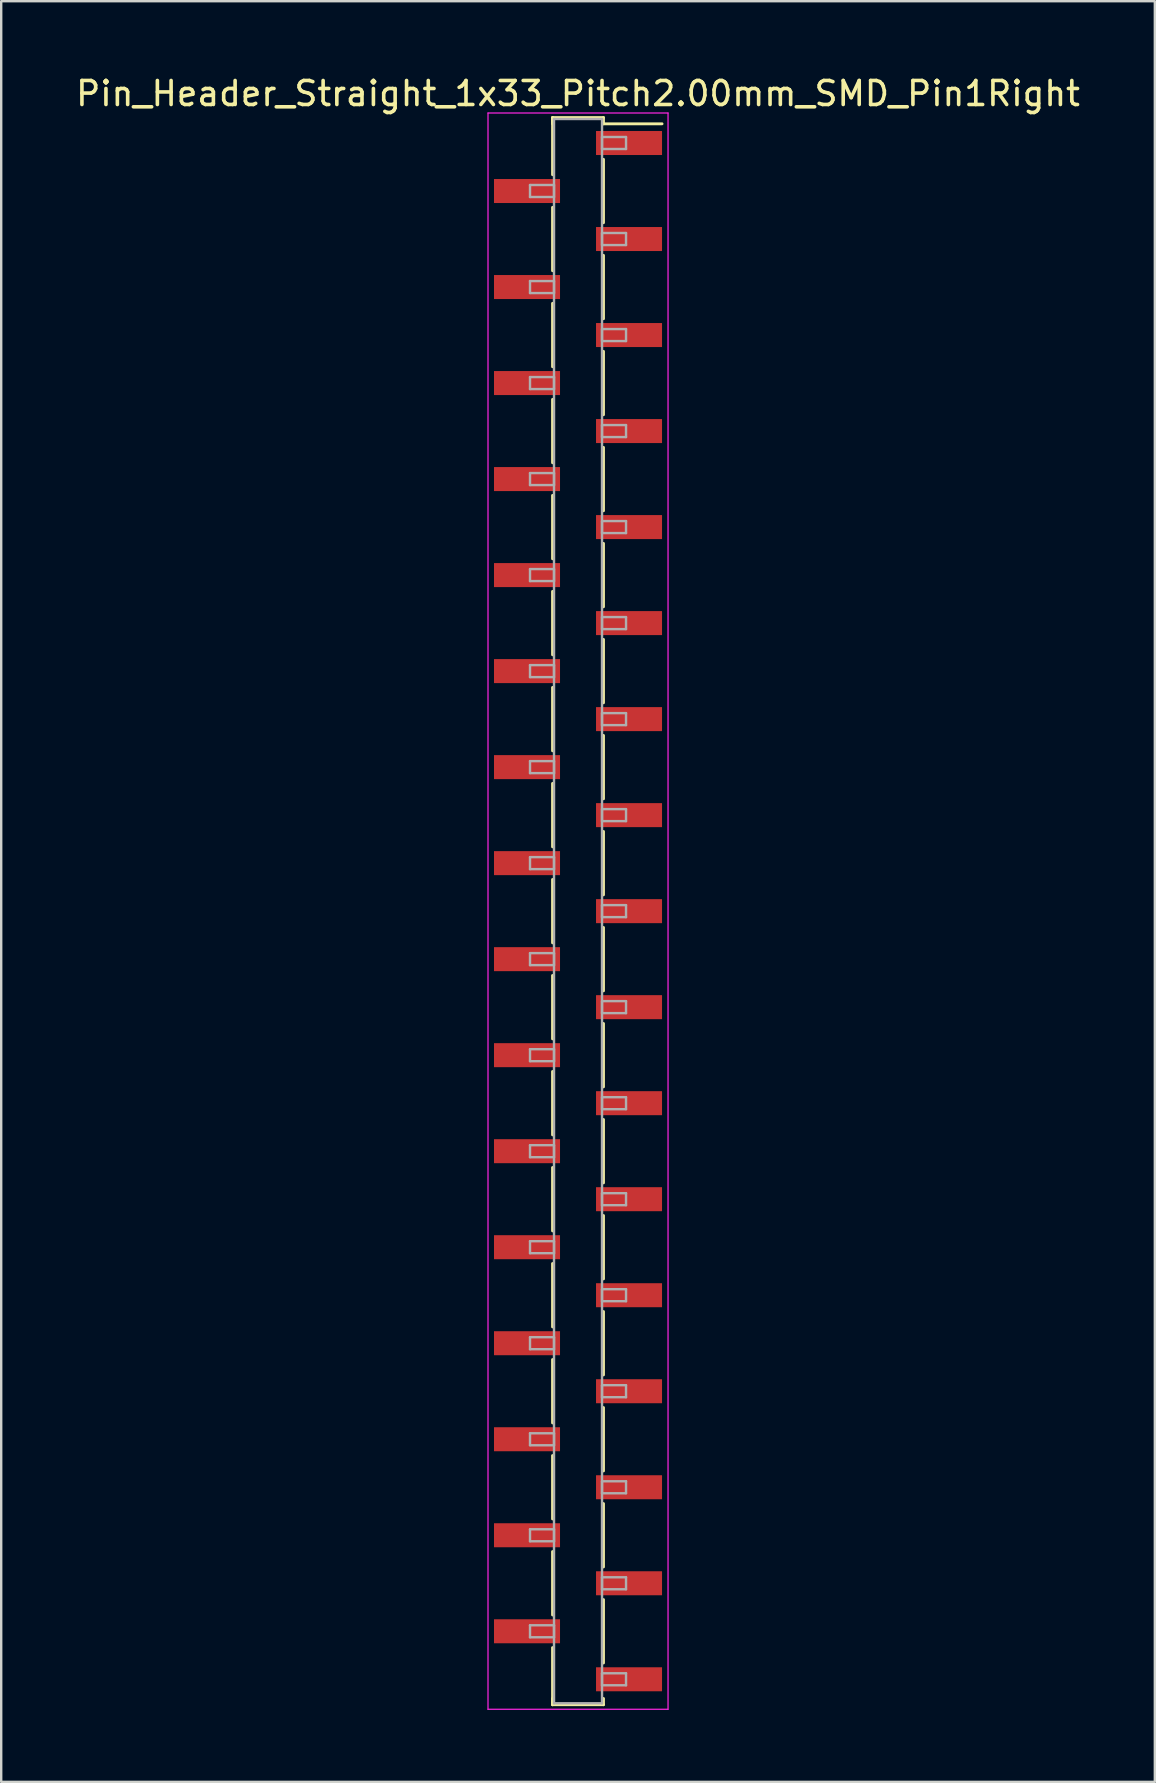
<source format=kicad_pcb>
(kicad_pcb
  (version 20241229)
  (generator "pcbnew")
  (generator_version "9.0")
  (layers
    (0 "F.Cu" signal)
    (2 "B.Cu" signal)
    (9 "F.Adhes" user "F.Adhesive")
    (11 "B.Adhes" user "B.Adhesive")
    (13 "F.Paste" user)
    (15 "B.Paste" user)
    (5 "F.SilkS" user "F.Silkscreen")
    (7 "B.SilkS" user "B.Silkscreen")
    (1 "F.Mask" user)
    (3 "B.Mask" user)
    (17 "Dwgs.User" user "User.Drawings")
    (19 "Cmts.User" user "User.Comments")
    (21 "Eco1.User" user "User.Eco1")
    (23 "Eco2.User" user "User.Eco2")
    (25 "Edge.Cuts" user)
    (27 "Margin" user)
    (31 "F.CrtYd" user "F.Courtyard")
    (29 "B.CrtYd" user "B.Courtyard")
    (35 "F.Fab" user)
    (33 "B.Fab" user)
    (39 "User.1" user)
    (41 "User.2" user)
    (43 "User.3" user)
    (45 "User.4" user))
  (footprint "Pin_Header_Straight_1x33_Pitch2.00mm_SMD_Pin1Right"
    (layer "F.Cu")
    (at 21.03 34.908)
    (property "Reference" "Pin_Header_Straight_1x33_Pitch2.00mm_SMD_Pin1Right" (at 0 -34.06 0) (layer "F.SilkS") (effects (font (size 1 1) (thickness 0.15))))
    (attr smd)
    (fp_line (start -1.06 -33.06) (end -1.06 -30.68) (stroke (width 0.12) (type solid)) (layer "F.SilkS"))
    (fp_line (start -1.06 -33.06) (end 1.06 -33.06) (stroke (width 0.12) (type solid)) (layer "F.SilkS"))
    (fp_line (start -1.06 -32.8) (end -1.06 -33.06) (stroke (width 0.12) (type solid)) (layer "F.SilkS"))
    (fp_line (start -1.06 -29.32) (end -1.06 -26.68) (stroke (width 0.12) (type solid)) (layer "F.SilkS"))
    (fp_line (start -1.06 -25.32) (end -1.06 -22.68) (stroke (width 0.12) (type solid)) (layer "F.SilkS"))
    (fp_line (start -1.06 -21.32) (end -1.06 -18.68) (stroke (width 0.12) (type solid)) (layer "F.SilkS"))
    (fp_line (start -1.06 -17.32) (end -1.06 -14.68) (stroke (width 0.12) (type solid)) (layer "F.SilkS"))
    (fp_line (start -1.06 -13.32) (end -1.06 -10.68) (stroke (width 0.12) (type solid)) (layer "F.SilkS"))
    (fp_line (start -1.06 -9.32) (end -1.06 -6.68) (stroke (width 0.12) (type solid)) (layer "F.SilkS"))
    (fp_line (start -1.06 -5.32) (end -1.06 -2.68) (stroke (width 0.12) (type solid)) (layer "F.SilkS"))
    (fp_line (start -1.06 -1.32) (end -1.06 1.32) (stroke (width 0.12) (type solid)) (layer "F.SilkS"))
    (fp_line (start -1.06 2.68) (end -1.06 5.32) (stroke (width 0.12) (type solid)) (layer "F.SilkS"))
    (fp_line (start -1.06 6.68) (end -1.06 9.32) (stroke (width 0.12) (type solid)) (layer "F.SilkS"))
    (fp_line (start -1.06 10.68) (end -1.06 13.32) (stroke (width 0.12) (type solid)) (layer "F.SilkS"))
    (fp_line (start -1.06 14.68) (end -1.06 17.32) (stroke (width 0.12) (type solid)) (layer "F.SilkS"))
    (fp_line (start -1.06 18.68) (end -1.06 21.32) (stroke (width 0.12) (type solid)) (layer "F.SilkS"))
    (fp_line (start -1.06 22.68) (end -1.06 25.32) (stroke (width 0.12) (type solid)) (layer "F.SilkS"))
    (fp_line (start -1.06 26.68) (end -1.06 29.32) (stroke (width 0.12) (type solid)) (layer "F.SilkS"))
    (fp_line (start -1.06 30.68) (end -1.06 33.06) (stroke (width 0.12) (type solid)) (layer "F.SilkS"))
    (fp_line (start -1.06 32.8) (end -1.06 33.06) (stroke (width 0.12) (type solid)) (layer "F.SilkS"))
    (fp_line (start -1.06 33.06) (end 1.06 33.06) (stroke (width 0.12) (type solid)) (layer "F.SilkS"))
    (fp_line (start 1.06 -33.06) (end 1.06 -32.8) (stroke (width 0.12) (type solid)) (layer "F.SilkS"))
    (fp_line (start 1.06 -32.8) (end 3.5 -32.8) (stroke (width 0.12) (type solid)) (layer "F.SilkS"))
    (fp_line (start 1.06 -31.32) (end 1.06 -28.68) (stroke (width 0.12) (type solid)) (layer "F.SilkS"))
    (fp_line (start 1.06 -27.32) (end 1.06 -24.68) (stroke (width 0.12) (type solid)) (layer "F.SilkS"))
    (fp_line (start 1.06 -23.32) (end 1.06 -20.68) (stroke (width 0.12) (type solid)) (layer "F.SilkS"))
    (fp_line (start 1.06 -19.32) (end 1.06 -16.68) (stroke (width 0.12) (type solid)) (layer "F.SilkS"))
    (fp_line (start 1.06 -15.32) (end 1.06 -12.68) (stroke (width 0.12) (type solid)) (layer "F.SilkS"))
    (fp_line (start 1.06 -11.32) (end 1.06 -8.68) (stroke (width 0.12) (type solid)) (layer "F.SilkS"))
    (fp_line (start 1.06 -7.32) (end 1.06 -4.68) (stroke (width 0.12) (type solid)) (layer "F.SilkS"))
    (fp_line (start 1.06 -3.32) (end 1.06 -0.68) (stroke (width 0.12) (type solid)) (layer "F.SilkS"))
    (fp_line (start 1.06 0.68) (end 1.06 3.32) (stroke (width 0.12) (type solid)) (layer "F.SilkS"))
    (fp_line (start 1.06 4.68) (end 1.06 7.32) (stroke (width 0.12) (type solid)) (layer "F.SilkS"))
    (fp_line (start 1.06 8.68) (end 1.06 11.32) (stroke (width 0.12) (type solid)) (layer "F.SilkS"))
    (fp_line (start 1.06 12.68) (end 1.06 15.32) (stroke (width 0.12) (type solid)) (layer "F.SilkS"))
    (fp_line (start 1.06 16.68) (end 1.06 19.32) (stroke (width 0.12) (type solid)) (layer "F.SilkS"))
    (fp_line (start 1.06 20.68) (end 1.06 23.32) (stroke (width 0.12) (type solid)) (layer "F.SilkS"))
    (fp_line (start 1.06 24.68) (end 1.06 27.32) (stroke (width 0.12) (type solid)) (layer "F.SilkS"))
    (fp_line (start 1.06 28.68) (end 1.06 31.32) (stroke (width 0.12) (type solid)) (layer "F.SilkS"))
    (fp_line (start 1.06 33.06) (end 1.06 32.8) (stroke (width 0.12) (type solid)) (layer "F.SilkS"))
    (fp_line (start -3.75 -33.25) (end -3.75 33.25) (stroke (width 0.05) (type solid)) (layer "F.CrtYd"))
    (fp_line (start -3.75 33.25) (end 3.75 33.25) (stroke (width 0.05) (type solid)) (layer "F.CrtYd"))
    (fp_line (start 3.75 -33.25) (end -3.75 -33.25) (stroke (width 0.05) (type solid)) (layer "F.CrtYd"))
    (fp_line (start 3.75 33.25) (end 3.75 -33.25) (stroke (width 0.05) (type solid)) (layer "F.CrtYd"))
    (fp_line (start -2 -30.25) (end -1 -30.25) (stroke (width 0.1) (type solid)) (layer "F.Fab"))
    (fp_line (start -2 -29.75) (end -2 -30.25) (stroke (width 0.1) (type solid)) (layer "F.Fab"))
    (fp_line (start -2 -26.25) (end -1 -26.25) (stroke (width 0.1) (type solid)) (layer "F.Fab"))
    (fp_line (start -2 -25.75) (end -2 -26.25) (stroke (width 0.1) (type solid)) (layer "F.Fab"))
    (fp_line (start -2 -22.25) (end -1 -22.25) (stroke (width 0.1) (type solid)) (layer "F.Fab"))
    (fp_line (start -2 -21.75) (end -2 -22.25) (stroke (width 0.1) (type solid)) (layer "F.Fab"))
    (fp_line (start -2 -18.25) (end -1 -18.25) (stroke (width 0.1) (type solid)) (layer "F.Fab"))
    (fp_line (start -2 -17.75) (end -2 -18.25) (stroke (width 0.1) (type solid)) (layer "F.Fab"))
    (fp_line (start -2 -14.25) (end -1 -14.25) (stroke (width 0.1) (type solid)) (layer "F.Fab"))
    (fp_line (start -2 -13.75) (end -2 -14.25) (stroke (width 0.1) (type solid)) (layer "F.Fab"))
    (fp_line (start -2 -10.25) (end -1 -10.25) (stroke (width 0.1) (type solid)) (layer "F.Fab"))
    (fp_line (start -2 -9.75) (end -2 -10.25) (stroke (width 0.1) (type solid)) (layer "F.Fab"))
    (fp_line (start -2 -6.25) (end -1 -6.25) (stroke (width 0.1) (type solid)) (layer "F.Fab"))
    (fp_line (start -2 -5.75) (end -2 -6.25) (stroke (width 0.1) (type solid)) (layer "F.Fab"))
    (fp_line (start -2 -2.25) (end -1 -2.25) (stroke (width 0.1) (type solid)) (layer "F.Fab"))
    (fp_line (start -2 -1.75) (end -2 -2.25) (stroke (width 0.1) (type solid)) (layer "F.Fab"))
    (fp_line (start -2 1.75) (end -1 1.75) (stroke (width 0.1) (type solid)) (layer "F.Fab"))
    (fp_line (start -2 2.25) (end -2 1.75) (stroke (width 0.1) (type solid)) (layer "F.Fab"))
    (fp_line (start -2 5.75) (end -1 5.75) (stroke (width 0.1) (type solid)) (layer "F.Fab"))
    (fp_line (start -2 6.25) (end -2 5.75) (stroke (width 0.1) (type solid)) (layer "F.Fab"))
    (fp_line (start -2 9.75) (end -1 9.75) (stroke (width 0.1) (type solid)) (layer "F.Fab"))
    (fp_line (start -2 10.25) (end -2 9.75) (stroke (width 0.1) (type solid)) (layer "F.Fab"))
    (fp_line (start -2 13.75) (end -1 13.75) (stroke (width 0.1) (type solid)) (layer "F.Fab"))
    (fp_line (start -2 14.25) (end -2 13.75) (stroke (width 0.1) (type solid)) (layer "F.Fab"))
    (fp_line (start -2 17.75) (end -1 17.75) (stroke (width 0.1) (type solid)) (layer "F.Fab"))
    (fp_line (start -2 18.25) (end -2 17.75) (stroke (width 0.1) (type solid)) (layer "F.Fab"))
    (fp_line (start -2 21.75) (end -1 21.75) (stroke (width 0.1) (type solid)) (layer "F.Fab"))
    (fp_line (start -2 22.25) (end -2 21.75) (stroke (width 0.1) (type solid)) (layer "F.Fab"))
    (fp_line (start -2 25.75) (end -1 25.75) (stroke (width 0.1) (type solid)) (layer "F.Fab"))
    (fp_line (start -2 26.25) (end -2 25.75) (stroke (width 0.1) (type solid)) (layer "F.Fab"))
    (fp_line (start -2 29.75) (end -1 29.75) (stroke (width 0.1) (type solid)) (layer "F.Fab"))
    (fp_line (start -2 30.25) (end -2 29.75) (stroke (width 0.1) (type solid)) (layer "F.Fab"))
    (fp_line (start -1 -33) (end -1 33) (stroke (width 0.1) (type solid)) (layer "F.Fab"))
    (fp_line (start -1 -30.25) (end -1 -29.75) (stroke (width 0.1) (type solid)) (layer "F.Fab"))
    (fp_line (start -1 -29.75) (end -2 -29.75) (stroke (width 0.1) (type solid)) (layer "F.Fab"))
    (fp_line (start -1 -26.25) (end -1 -25.75) (stroke (width 0.1) (type solid)) (layer "F.Fab"))
    (fp_line (start -1 -25.75) (end -2 -25.75) (stroke (width 0.1) (type solid)) (layer "F.Fab"))
    (fp_line (start -1 -22.25) (end -1 -21.75) (stroke (width 0.1) (type solid)) (layer "F.Fab"))
    (fp_line (start -1 -21.75) (end -2 -21.75) (stroke (width 0.1) (type solid)) (layer "F.Fab"))
    (fp_line (start -1 -18.25) (end -1 -17.75) (stroke (width 0.1) (type solid)) (layer "F.Fab"))
    (fp_line (start -1 -17.75) (end -2 -17.75) (stroke (width 0.1) (type solid)) (layer "F.Fab"))
    (fp_line (start -1 -14.25) (end -1 -13.75) (stroke (width 0.1) (type solid)) (layer "F.Fab"))
    (fp_line (start -1 -13.75) (end -2 -13.75) (stroke (width 0.1) (type solid)) (layer "F.Fab"))
    (fp_line (start -1 -10.25) (end -1 -9.75) (stroke (width 0.1) (type solid)) (layer "F.Fab"))
    (fp_line (start -1 -9.75) (end -2 -9.75) (stroke (width 0.1) (type solid)) (layer "F.Fab"))
    (fp_line (start -1 -6.25) (end -1 -5.75) (stroke (width 0.1) (type solid)) (layer "F.Fab"))
    (fp_line (start -1 -5.75) (end -2 -5.75) (stroke (width 0.1) (type solid)) (layer "F.Fab"))
    (fp_line (start -1 -2.25) (end -1 -1.75) (stroke (width 0.1) (type solid)) (layer "F.Fab"))
    (fp_line (start -1 -1.75) (end -2 -1.75) (stroke (width 0.1) (type solid)) (layer "F.Fab"))
    (fp_line (start -1 1.75) (end -1 2.25) (stroke (width 0.1) (type solid)) (layer "F.Fab"))
    (fp_line (start -1 2.25) (end -2 2.25) (stroke (width 0.1) (type solid)) (layer "F.Fab"))
    (fp_line (start -1 5.75) (end -1 6.25) (stroke (width 0.1) (type solid)) (layer "F.Fab"))
    (fp_line (start -1 6.25) (end -2 6.25) (stroke (width 0.1) (type solid)) (layer "F.Fab"))
    (fp_line (start -1 9.75) (end -1 10.25) (stroke (width 0.1) (type solid)) (layer "F.Fab"))
    (fp_line (start -1 10.25) (end -2 10.25) (stroke (width 0.1) (type solid)) (layer "F.Fab"))
    (fp_line (start -1 13.75) (end -1 14.25) (stroke (width 0.1) (type solid)) (layer "F.Fab"))
    (fp_line (start -1 14.25) (end -2 14.25) (stroke (width 0.1) (type solid)) (layer "F.Fab"))
    (fp_line (start -1 17.75) (end -1 18.25) (stroke (width 0.1) (type solid)) (layer "F.Fab"))
    (fp_line (start -1 18.25) (end -2 18.25) (stroke (width 0.1) (type solid)) (layer "F.Fab"))
    (fp_line (start -1 21.75) (end -1 22.25) (stroke (width 0.1) (type solid)) (layer "F.Fab"))
    (fp_line (start -1 22.25) (end -2 22.25) (stroke (width 0.1) (type solid)) (layer "F.Fab"))
    (fp_line (start -1 25.75) (end -1 26.25) (stroke (width 0.1) (type solid)) (layer "F.Fab"))
    (fp_line (start -1 26.25) (end -2 26.25) (stroke (width 0.1) (type solid)) (layer "F.Fab"))
    (fp_line (start -1 29.75) (end -1 30.25) (stroke (width 0.1) (type solid)) (layer "F.Fab"))
    (fp_line (start -1 30.25) (end -2 30.25) (stroke (width 0.1) (type solid)) (layer "F.Fab"))
    (fp_line (start -1 33) (end 1 33) (stroke (width 0.1) (type solid)) (layer "F.Fab"))
    (fp_line (start 1 -33) (end -1 -33) (stroke (width 0.1) (type solid)) (layer "F.Fab"))
    (fp_line (start 1 -32.25) (end 1 -31.75) (stroke (width 0.1) (type solid)) (layer "F.Fab"))
    (fp_line (start 1 -31.75) (end 2 -31.75) (stroke (width 0.1) (type solid)) (layer "F.Fab"))
    (fp_line (start 1 -28.25) (end 1 -27.75) (stroke (width 0.1) (type solid)) (layer "F.Fab"))
    (fp_line (start 1 -27.75) (end 2 -27.75) (stroke (width 0.1) (type solid)) (layer "F.Fab"))
    (fp_line (start 1 -24.25) (end 1 -23.75) (stroke (width 0.1) (type solid)) (layer "F.Fab"))
    (fp_line (start 1 -23.75) (end 2 -23.75) (stroke (width 0.1) (type solid)) (layer "F.Fab"))
    (fp_line (start 1 -20.25) (end 1 -19.75) (stroke (width 0.1) (type solid)) (layer "F.Fab"))
    (fp_line (start 1 -19.75) (end 2 -19.75) (stroke (width 0.1) (type solid)) (layer "F.Fab"))
    (fp_line (start 1 -16.25) (end 1 -15.75) (stroke (width 0.1) (type solid)) (layer "F.Fab"))
    (fp_line (start 1 -15.75) (end 2 -15.75) (stroke (width 0.1) (type solid)) (layer "F.Fab"))
    (fp_line (start 1 -12.25) (end 1 -11.75) (stroke (width 0.1) (type solid)) (layer "F.Fab"))
    (fp_line (start 1 -11.75) (end 2 -11.75) (stroke (width 0.1) (type solid)) (layer "F.Fab"))
    (fp_line (start 1 -8.25) (end 1 -7.75) (stroke (width 0.1) (type solid)) (layer "F.Fab"))
    (fp_line (start 1 -7.75) (end 2 -7.75) (stroke (width 0.1) (type solid)) (layer "F.Fab"))
    (fp_line (start 1 -4.25) (end 1 -3.75) (stroke (width 0.1) (type solid)) (layer "F.Fab"))
    (fp_line (start 1 -3.75) (end 2 -3.75) (stroke (width 0.1) (type solid)) (layer "F.Fab"))
    (fp_line (start 1 -0.25) (end 1 0.25) (stroke (width 0.1) (type solid)) (layer "F.Fab"))
    (fp_line (start 1 0.25) (end 2 0.25) (stroke (width 0.1) (type solid)) (layer "F.Fab"))
    (fp_line (start 1 3.75) (end 1 4.25) (stroke (width 0.1) (type solid)) (layer "F.Fab"))
    (fp_line (start 1 4.25) (end 2 4.25) (stroke (width 0.1) (type solid)) (layer "F.Fab"))
    (fp_line (start 1 7.75) (end 1 8.25) (stroke (width 0.1) (type solid)) (layer "F.Fab"))
    (fp_line (start 1 8.25) (end 2 8.25) (stroke (width 0.1) (type solid)) (layer "F.Fab"))
    (fp_line (start 1 11.75) (end 1 12.25) (stroke (width 0.1) (type solid)) (layer "F.Fab"))
    (fp_line (start 1 12.25) (end 2 12.25) (stroke (width 0.1) (type solid)) (layer "F.Fab"))
    (fp_line (start 1 15.75) (end 1 16.25) (stroke (width 0.1) (type solid)) (layer "F.Fab"))
    (fp_line (start 1 16.25) (end 2 16.25) (stroke (width 0.1) (type solid)) (layer "F.Fab"))
    (fp_line (start 1 19.75) (end 1 20.25) (stroke (width 0.1) (type solid)) (layer "F.Fab"))
    (fp_line (start 1 20.25) (end 2 20.25) (stroke (width 0.1) (type solid)) (layer "F.Fab"))
    (fp_line (start 1 23.75) (end 1 24.25) (stroke (width 0.1) (type solid)) (layer "F.Fab"))
    (fp_line (start 1 24.25) (end 2 24.25) (stroke (width 0.1) (type solid)) (layer "F.Fab"))
    (fp_line (start 1 27.75) (end 1 28.25) (stroke (width 0.1) (type solid)) (layer "F.Fab"))
    (fp_line (start 1 28.25) (end 2 28.25) (stroke (width 0.1) (type solid)) (layer "F.Fab"))
    (fp_line (start 1 31.75) (end 1 32.25) (stroke (width 0.1) (type solid)) (layer "F.Fab"))
    (fp_line (start 1 32.25) (end 2 32.25) (stroke (width 0.1) (type solid)) (layer "F.Fab"))
    (fp_line (start 1 33) (end 1 -33) (stroke (width 0.1) (type solid)) (layer "F.Fab"))
    (fp_line (start 2 -32.25) (end 1 -32.25) (stroke (width 0.1) (type solid)) (layer "F.Fab"))
    (fp_line (start 2 -31.75) (end 2 -32.25) (stroke (width 0.1) (type solid)) (layer "F.Fab"))
    (fp_line (start 2 -28.25) (end 1 -28.25) (stroke (width 0.1) (type solid)) (layer "F.Fab"))
    (fp_line (start 2 -27.75) (end 2 -28.25) (stroke (width 0.1) (type solid)) (layer "F.Fab"))
    (fp_line (start 2 -24.25) (end 1 -24.25) (stroke (width 0.1) (type solid)) (layer "F.Fab"))
    (fp_line (start 2 -23.75) (end 2 -24.25) (stroke (width 0.1) (type solid)) (layer "F.Fab"))
    (fp_line (start 2 -20.25) (end 1 -20.25) (stroke (width 0.1) (type solid)) (layer "F.Fab"))
    (fp_line (start 2 -19.75) (end 2 -20.25) (stroke (width 0.1) (type solid)) (layer "F.Fab"))
    (fp_line (start 2 -16.25) (end 1 -16.25) (stroke (width 0.1) (type solid)) (layer "F.Fab"))
    (fp_line (start 2 -15.75) (end 2 -16.25) (stroke (width 0.1) (type solid)) (layer "F.Fab"))
    (fp_line (start 2 -12.25) (end 1 -12.25) (stroke (width 0.1) (type solid)) (layer "F.Fab"))
    (fp_line (start 2 -11.75) (end 2 -12.25) (stroke (width 0.1) (type solid)) (layer "F.Fab"))
    (fp_line (start 2 -8.25) (end 1 -8.25) (stroke (width 0.1) (type solid)) (layer "F.Fab"))
    (fp_line (start 2 -7.75) (end 2 -8.25) (stroke (width 0.1) (type solid)) (layer "F.Fab"))
    (fp_line (start 2 -4.25) (end 1 -4.25) (stroke (width 0.1) (type solid)) (layer "F.Fab"))
    (fp_line (start 2 -3.75) (end 2 -4.25) (stroke (width 0.1) (type solid)) (layer "F.Fab"))
    (fp_line (start 2 -0.25) (end 1 -0.25) (stroke (width 0.1) (type solid)) (layer "F.Fab"))
    (fp_line (start 2 0.25) (end 2 -0.25) (stroke (width 0.1) (type solid)) (layer "F.Fab"))
    (fp_line (start 2 3.75) (end 1 3.75) (stroke (width 0.1) (type solid)) (layer "F.Fab"))
    (fp_line (start 2 4.25) (end 2 3.75) (stroke (width 0.1) (type solid)) (layer "F.Fab"))
    (fp_line (start 2 7.75) (end 1 7.75) (stroke (width 0.1) (type solid)) (layer "F.Fab"))
    (fp_line (start 2 8.25) (end 2 7.75) (stroke (width 0.1) (type solid)) (layer "F.Fab"))
    (fp_line (start 2 11.75) (end 1 11.75) (stroke (width 0.1) (type solid)) (layer "F.Fab"))
    (fp_line (start 2 12.25) (end 2 11.75) (stroke (width 0.1) (type solid)) (layer "F.Fab"))
    (fp_line (start 2 15.75) (end 1 15.75) (stroke (width 0.1) (type solid)) (layer "F.Fab"))
    (fp_line (start 2 16.25) (end 2 15.75) (stroke (width 0.1) (type solid)) (layer "F.Fab"))
    (fp_line (start 2 19.75) (end 1 19.75) (stroke (width 0.1) (type solid)) (layer "F.Fab"))
    (fp_line (start 2 20.25) (end 2 19.75) (stroke (width 0.1) (type solid)) (layer "F.Fab"))
    (fp_line (start 2 23.75) (end 1 23.75) (stroke (width 0.1) (type solid)) (layer "F.Fab"))
    (fp_line (start 2 24.25) (end 2 23.75) (stroke (width 0.1) (type solid)) (layer "F.Fab"))
    (fp_line (start 2 27.75) (end 1 27.75) (stroke (width 0.1) (type solid)) (layer "F.Fab"))
    (fp_line (start 2 28.25) (end 2 27.75) (stroke (width 0.1) (type solid)) (layer "F.Fab"))
    (fp_line (start 2 31.75) (end 1 31.75) (stroke (width 0.1) (type solid)) (layer "F.Fab"))
    (fp_line (start 2 32.25) (end 2 31.75) (stroke (width 0.1) (type solid)) (layer "F.Fab"))
    (pad "1" smd rect (at 2.125 -32) (size 2.75 1) (layers "F.Cu" "F.Mask"))
    (pad "2" smd rect (at -2.125 -30) (size 2.75 1) (layers "F.Cu" "F.Mask"))
    (pad "3" smd rect (at 2.125 -28) (size 2.75 1) (layers "F.Cu" "F.Mask"))
    (pad "4" smd rect (at -2.125 -26) (size 2.75 1) (layers "F.Cu" "F.Mask"))
    (pad "5" smd rect (at 2.125 -24) (size 2.75 1) (layers "F.Cu" "F.Mask"))
    (pad "6" smd rect (at -2.125 -22) (size 2.75 1) (layers "F.Cu" "F.Mask"))
    (pad "7" smd rect (at 2.125 -20) (size 2.75 1) (layers "F.Cu" "F.Mask"))
    (pad "8" smd rect (at -2.125 -18) (size 2.75 1) (layers "F.Cu" "F.Mask"))
    (pad "9" smd rect (at 2.125 -16) (size 2.75 1) (layers "F.Cu" "F.Mask"))
    (pad "10" smd rect (at -2.125 -14) (size 2.75 1) (layers "F.Cu" "F.Mask"))
    (pad "11" smd rect (at 2.125 -12) (size 2.75 1) (layers "F.Cu" "F.Mask"))
    (pad "12" smd rect (at -2.125 -10) (size 2.75 1) (layers "F.Cu" "F.Mask"))
    (pad "13" smd rect (at 2.125 -8) (size 2.75 1) (layers "F.Cu" "F.Mask"))
    (pad "14" smd rect (at -2.125 -6) (size 2.75 1) (layers "F.Cu" "F.Mask"))
    (pad "15" smd rect (at 2.125 -4) (size 2.75 1) (layers "F.Cu" "F.Mask"))
    (pad "16" smd rect (at -2.125 -2) (size 2.75 1) (layers "F.Cu" "F.Mask"))
    (pad "17" smd rect (at 2.125 0) (size 2.75 1) (layers "F.Cu" "F.Mask"))
    (pad "18" smd rect (at -2.125 2) (size 2.75 1) (layers "F.Cu" "F.Mask"))
    (pad "19" smd rect (at 2.125 4) (size 2.75 1) (layers "F.Cu" "F.Mask"))
    (pad "20" smd rect (at -2.125 6) (size 2.75 1) (layers "F.Cu" "F.Mask"))
    (pad "21" smd rect (at 2.125 8) (size 2.75 1) (layers "F.Cu" "F.Mask"))
    (pad "22" smd rect (at -2.125 10) (size 2.75 1) (layers "F.Cu" "F.Mask"))
    (pad "23" smd rect (at 2.125 12) (size 2.75 1) (layers "F.Cu" "F.Mask"))
    (pad "24" smd rect (at -2.125 14) (size 2.75 1) (layers "F.Cu" "F.Mask"))
    (pad "25" smd rect (at 2.125 16) (size 2.75 1) (layers "F.Cu" "F.Mask"))
    (pad "26" smd rect (at -2.125 18) (size 2.75 1) (layers "F.Cu" "F.Mask"))
    (pad "27" smd rect (at 2.125 20) (size 2.75 1) (layers "F.Cu" "F.Mask"))
    (pad "28" smd rect (at -2.125 22) (size 2.75 1) (layers "F.Cu" "F.Mask"))
    (pad "29" smd rect (at 2.125 24) (size 2.75 1) (layers "F.Cu" "F.Mask"))
    (pad "30" smd rect (at -2.125 26) (size 2.75 1) (layers "F.Cu" "F.Mask"))
    (pad "31" smd rect (at 2.125 28) (size 2.75 1) (layers "F.Cu" "F.Mask"))
    (pad "32" smd rect (at -2.125 30) (size 2.75 1) (layers "F.Cu" "F.Mask"))
    (pad "33" smd rect (at 2.125 32) (size 2.75 1) (layers "F.Cu" "F.Mask")))
  (gr_rect
    (start -3 -3)
    (end 45.06 71.183)
    (stroke (width 0.1) (type default))
    (fill no)
    (layer "Edge.Cuts")))
</source>
